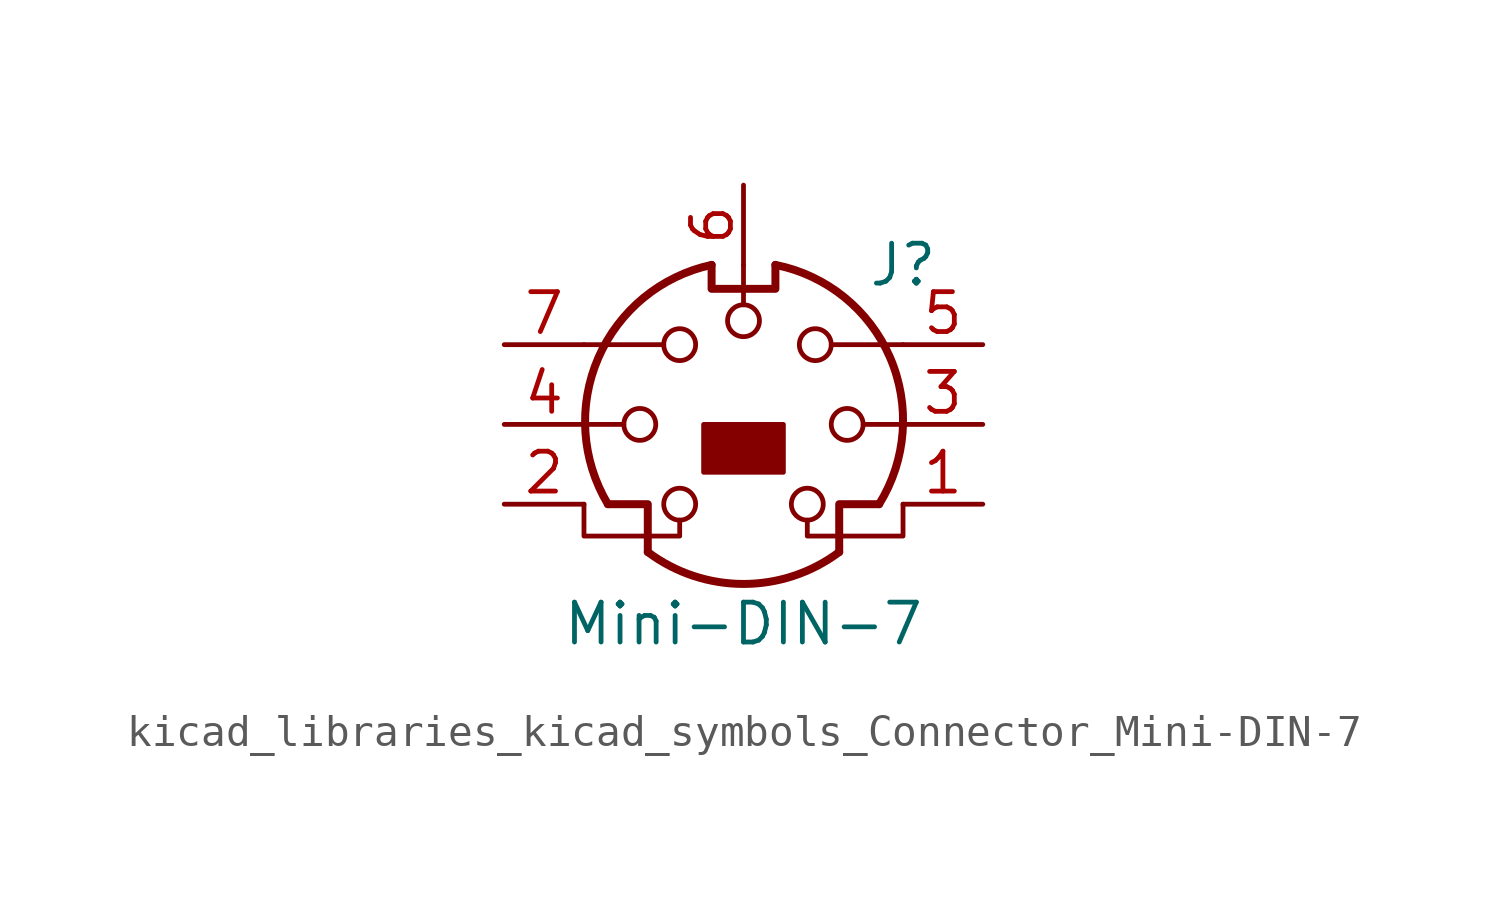
<source format=kicad_sym>
(kicad_symbol_lib
  (version 20220914)
  (generator kicad_symbol_editor)
  (symbol "kicad_libraries_kicad_symbols_Connector_Mini-DIN-7"
    (pin_names
      (offset 1.016))
    (property "Reference" "J"
      (at 5.08 5.08 0)
      (effects (font (size 1.27 1.27))))
    (property "Value" "Mini-DIN-7"
      (at 0 -6.35 0)
      (effects (font (size 1.27 1.27))))
    (symbol "kicad_libraries_kicad_symbols_Connector_Mini-DIN-7_0_1"
      (circle (center -3.302 0) (radius 0.508) (stroke (width 0) (type default)) (fill (type none)))
      (arc (start -3.048 -4.064) (mid 0 -5.08) (end 3.048 -4.064) (stroke (width 0.254) (type default)) (fill (type none)))
      (circle (center -2.032 -2.54) (radius 0.508) (stroke (width 0) (type default)) (fill (type none)))
      (circle (center -2.032 2.54) (radius 0.508) (stroke (width 0) (type default)) (fill (type none)))
      (arc (start -1.016 5.08) (mid -4.6228 2.1214) (end -4.318 -2.54) (stroke (width 0.254) (type default)) (fill (type none)))
      (polyline (pts (xy -3.81 0) (xy -5.08 0)) (stroke (width 0) (type default)) (fill (type none)))
      (polyline (pts (xy -2.54 2.54) (xy -5.08 2.54)) (stroke (width 0) (type default)) (fill (type none)))
      (polyline (pts (xy 0 3.81) (xy 0 5.08)) (stroke (width 0) (type default)) (fill (type none)))
      (polyline (pts (xy 2.794 2.54) (xy 5.08 2.54)) (stroke (width 0) (type default)) (fill (type none)))
      (polyline (pts (xy 5.08 0) (xy 3.81 0)) (stroke (width 0) (type default)) (fill (type none)))
      (polyline (pts (xy -4.318 -2.54) (xy -3.048 -2.54) (xy -3.048 -4.064)) (stroke (width 0.254) (type default)) (fill (type none)))
      (polyline (pts (xy 4.318 -2.54) (xy 3.048 -2.54) (xy 3.048 -4.064)) (stroke (width 0.254) (type default)) (fill (type none)))
      (polyline (pts (xy -2.032 -3.048) (xy -2.032 -3.556) (xy -5.08 -3.556) (xy -5.08 -2.54)) (stroke (width 0) (type default)) (fill (type none)))
      (polyline (pts (xy -1.016 5.08) (xy -1.016 4.318) (xy 1.016 4.318) (xy 1.016 5.08)) (stroke (width 0.254) (type default)) (fill (type none)))
      (polyline (pts (xy 2.032 -3.048) (xy 2.032 -3.556) (xy 5.08 -3.556) (xy 5.08 -2.54)) (stroke (width 0) (type default)) (fill (type none)))
      (circle (center 0 3.302) (radius 0.508) (stroke (width 0) (type default)) (fill (type none)))
      (circle (center 2.032 -2.54) (radius 0.508) (stroke (width 0) (type default)) (fill (type none)))
      (circle (center 2.286 2.54) (radius 0.508) (stroke (width 0) (type default)) (fill (type none)))
      (circle (center 3.302 0) (radius 0.508) (stroke (width 0) (type default)) (fill (type none)))
      (arc (start 4.318 -2.54) (mid 4.6661 2.1322) (end 1.016 5.08) (stroke (width 0.254) (type default)) (fill (type none))))
    (symbol "kicad_libraries_kicad_symbols_Connector_Mini-DIN-7_1_1"
      (rectangle (start -1.27 -1.524) (end 1.27 0) (stroke (width 0) (type default)) (fill (type outline)))
      (pin passive line (at 7.62 -2.54 180) (length 2.54) (name "~" (effects (font (size 1.27 1.27)))) (number "1" (effects (font (size 1.27 1.27)))))
      (pin passive line (at -7.62 -2.54 0) (length 2.54) (name "~" (effects (font (size 1.27 1.27)))) (number "2" (effects (font (size 1.27 1.27)))))
      (pin passive line (at 7.62 0 180) (length 2.54) (name "~" (effects (font (size 1.27 1.27)))) (number "3" (effects (font (size 1.27 1.27)))))
      (pin passive line (at -7.62 0 0) (length 2.54) (name "~" (effects (font (size 1.27 1.27)))) (number "4" (effects (font (size 1.27 1.27)))))
      (pin passive line (at 7.62 2.54 180) (length 2.54) (name "~" (effects (font (size 1.27 1.27)))) (number "5" (effects (font (size 1.27 1.27)))))
      (pin passive line (at 0 7.62 270) (length 2.54) (name "~" (effects (font (size 1.27 1.27)))) (number "6" (effects (font (size 1.27 1.27)))))
      (pin passive line (at -7.62 2.54 0) (length 2.54) (name "~" (effects (font (size 1.27 1.27)))) (number "7" (effects (font (size 1.27 1.27))))))))
</source>
